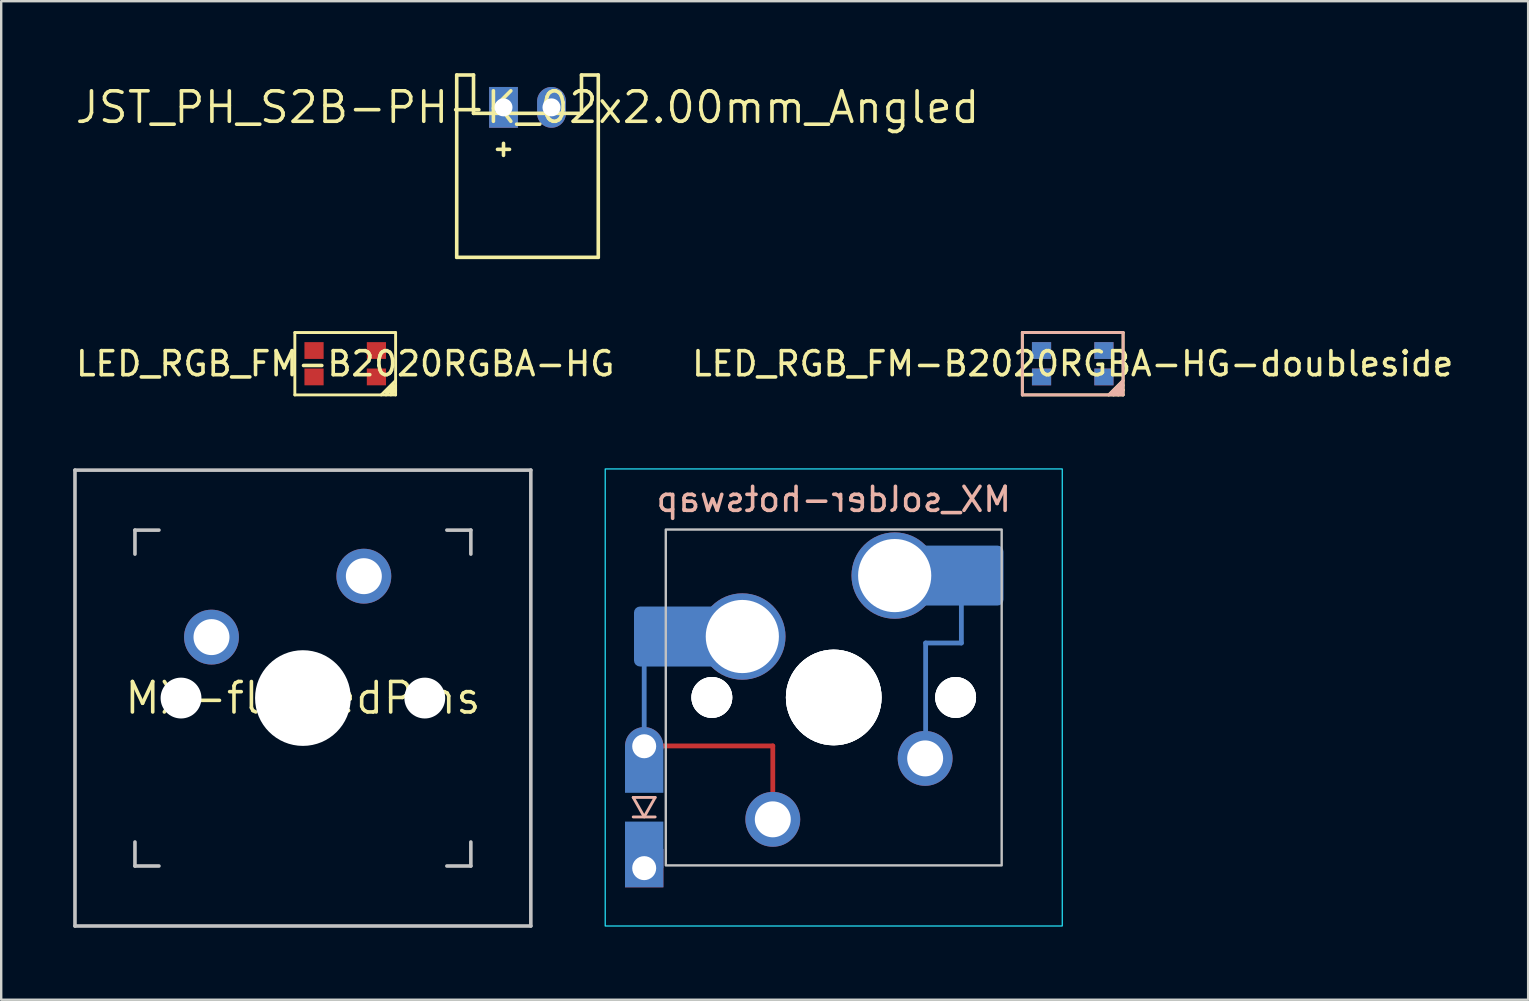
<source format=kicad_pcb>
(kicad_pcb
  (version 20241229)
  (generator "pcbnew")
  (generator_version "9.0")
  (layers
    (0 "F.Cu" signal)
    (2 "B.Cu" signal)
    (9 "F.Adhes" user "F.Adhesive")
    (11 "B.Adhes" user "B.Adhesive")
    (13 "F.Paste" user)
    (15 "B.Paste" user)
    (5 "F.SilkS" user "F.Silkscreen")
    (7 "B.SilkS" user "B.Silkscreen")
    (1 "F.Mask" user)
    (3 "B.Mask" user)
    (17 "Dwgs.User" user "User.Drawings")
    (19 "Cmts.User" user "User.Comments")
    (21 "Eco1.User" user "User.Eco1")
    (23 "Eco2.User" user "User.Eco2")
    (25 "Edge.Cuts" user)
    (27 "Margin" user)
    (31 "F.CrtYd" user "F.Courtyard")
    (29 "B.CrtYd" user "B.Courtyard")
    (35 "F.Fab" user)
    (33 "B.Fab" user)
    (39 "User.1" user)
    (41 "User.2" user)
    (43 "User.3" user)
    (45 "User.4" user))
  (footprint "JST_PH_S2B-PH-K_02x2.00mm_Angled"
    (layer "F.Cu")
    (at 18.936 1.425)
    (property "Reference" "JST_PH_S2B-PH-K_02x2.00mm_Angled" (at 0 0 0) (layer "F.SilkS") (effects (font (size 1.27 1.27) (thickness 0.15))))
    (attr through_hole)
    (fp_line (start -2.95 -1.35) (end -2.95 6.25) (stroke (width 0.15) (type solid)) (layer "F.SilkS"))
    (fp_line (start -2.95 6.25) (end 2.95 6.25) (stroke (width 0.15) (type solid)) (layer "F.SilkS"))
    (fp_line (start -2.25 -1.35) (end -2.95 -1.35) (stroke (width 0.15) (type solid)) (layer "F.SilkS"))
    (fp_line (start -2.25 0.25) (end -2.25 -1.35) (stroke (width 0.15) (type solid)) (layer "F.SilkS"))
    (fp_line (start -1.25 1.75) (end -0.75 1.75) (stroke (width 0.15) (type solid)) (layer "F.SilkS"))
    (fp_line (start -1 1.5) (end -1 2) (stroke (width 0.15) (type solid)) (layer "F.SilkS"))
    (fp_line (start 2.25 -1.35) (end 2.25 0.25) (stroke (width 0.15) (type solid)) (layer "F.SilkS"))
    (fp_line (start 2.25 0.25) (end -2.25 0.25) (stroke (width 0.15) (type solid)) (layer "F.SilkS"))
    (fp_line (start 2.95 -1.35) (end 2.25 -1.35) (stroke (width 0.15) (type solid)) (layer "F.SilkS"))
    (fp_line (start 2.95 6.25) (end 2.95 -1.35) (stroke (width 0.15) (type solid)) (layer "F.SilkS"))
    (pad "1" thru_hole rect (at -1 0) (size 1.2 1.7) (drill 0.75) (layers "*.Cu" "*.Mask"))
    (pad "2" thru_hole oval (at 1 0) (size 1.2 1.7) (drill 0.75) (layers "*.Cu" "*.Mask")))
  (footprint "LED_RGB_FM-B2020RGBA-HG-doubleside"
    (layer "F.Cu")
    (at 41.661 12.11)
    (property "Reference" "LED_RGB_FM-B2020RGBA-HG-doubleside" (at 0 0 180) (layer "F.SilkS") (effects (font (size 1 1) (thickness 0.15))))
    (attr smd)
    (fp_line (start -2.1 -1.3) (end -2.1 1.3) (stroke (width 0.12) (type solid)) (layer "F.SilkS"))
    (fp_line (start -2.1 1.3) (end 2.1 1.3) (stroke (width 0.12) (type solid)) (layer "F.SilkS"))
    (fp_line (start 1.5 1.3) (end 2.1 0.7) (stroke (width 0.12) (type solid)) (layer "F.SilkS"))
    (fp_line (start 1.7 1.3) (end 2.1 0.9) (stroke (width 0.12) (type solid)) (layer "F.SilkS"))
    (fp_line (start 1.9 1.2) (end 2 1.1) (stroke (width 0.12) (type solid)) (layer "F.SilkS"))
    (fp_line (start 1.9 1.3) (end 2.1 1.1) (stroke (width 0.12) (type solid)) (layer "F.SilkS"))
    (fp_line (start 2 0.9) (end 1.7 1.2) (stroke (width 0.12) (type solid)) (layer "F.SilkS"))
    (fp_line (start 2 1.1) (end 2 0.9) (stroke (width 0.12) (type solid)) (layer "F.SilkS"))
    (fp_line (start 2 1.1) (end 2 0.9) (stroke (width 0.12) (type solid)) (layer "F.SilkS"))
    (fp_line (start 2.1 -1.3) (end -2.1 -1.3) (stroke (width 0.12) (type solid)) (layer "F.SilkS"))
    (fp_line (start 2.1 1.1) (end 1.9 1.2) (stroke (width 0.12) (type solid)) (layer "F.SilkS"))
    (fp_line (start 2.1 1.1) (end 1.9 1.2) (stroke (width 0.12) (type solid)) (layer "F.SilkS"))
    (fp_line (start 2.1 1.3) (end 2.1 -1.3) (stroke (width 0.12) (type solid)) (layer "F.SilkS"))
    (fp_line (start -2.1 -1.3) (end -2.1 1.3) (stroke (width 0.12) (type solid)) (layer "B.SilkS"))
    (fp_line (start -2.1 1.3) (end 2.1 1.3) (stroke (width 0.12) (type solid)) (layer "B.SilkS"))
    (fp_line (start 1.5 1.3) (end 2.1 0.7) (stroke (width 0.12) (type solid)) (layer "B.SilkS"))
    (fp_line (start 1.7 1.3) (end 2.1 0.9) (stroke (width 0.12) (type solid)) (layer "B.SilkS"))
    (fp_line (start 1.9 1.2) (end 2 1.1) (stroke (width 0.12) (type solid)) (layer "B.SilkS"))
    (fp_line (start 1.9 1.3) (end 2.1 1.1) (stroke (width 0.12) (type solid)) (layer "B.SilkS"))
    (fp_line (start 2 0.9) (end 1.7 1.2) (stroke (width 0.12) (type solid)) (layer "B.SilkS"))
    (fp_line (start 2.1 -1.3) (end -2.1 -1.3) (stroke (width 0.12) (type solid)) (layer "B.SilkS"))
    (fp_line (start 2.1 1.3) (end 2.1 -1.3) (stroke (width 0.12) (type solid)) (layer "B.SilkS"))
    (pad "1" smd rect (at 1.3 0.55) (size 0.8 0.7) (layers "F.Cu" "F.Mask" "F.Paste"))
    (pad "1" smd rect (at 1.3 0.55) (size 0.8 0.7) (layers "B.Cu" "B.Mask" "B.Paste"))
    (pad "2" smd rect (at 1.3 -0.55) (size 0.8 0.7) (layers "F.Cu" "F.Mask" "F.Paste"))
    (pad "2" smd rect (at 1.3 -0.55) (size 0.8 0.7) (layers "B.Cu" "B.Mask" "B.Paste"))
    (pad "3" smd rect (at -1.3 0.55) (size 0.8 0.7) (layers "F.Cu" "F.Mask" "F.Paste"))
    (pad "3" smd rect (at -1.3 0.55) (size 0.8 0.7) (layers "B.Cu" "B.Mask" "B.Paste"))
    (pad "4" smd rect (at -1.3 -0.55) (size 0.8 0.7) (layers "F.Cu" "F.Mask" "F.Paste"))
    (pad "4" smd rect (at -1.3 -0.55) (size 0.8 0.7) (layers "B.Cu" "B.Mask" "B.Paste")))
  (footprint "LED_RGB_FM-B2020RGBA-HG"
    (layer "F.Cu")
    (at 11.339 12.11)
    (property "Reference" "LED_RGB_FM-B2020RGBA-HG" (at 0 0 180) (layer "F.SilkS") (effects (font (size 1 1) (thickness 0.15))))
    (attr smd)
    (fp_line (start -2.1 -1.3) (end -2.1 1.3) (stroke (width 0.12) (type solid)) (layer "F.SilkS"))
    (fp_line (start -2.1 1.3) (end 2.1 1.3) (stroke (width 0.12) (type solid)) (layer "F.SilkS"))
    (fp_line (start 1.5 1.3) (end 2.1 0.7) (stroke (width 0.12) (type solid)) (layer "F.SilkS"))
    (fp_line (start 1.7 1.3) (end 2.1 0.9) (stroke (width 0.12) (type solid)) (layer "F.SilkS"))
    (fp_line (start 1.9 1.2) (end 2 1.1) (stroke (width 0.12) (type solid)) (layer "F.SilkS"))
    (fp_line (start 1.9 1.3) (end 2.1 1.1) (stroke (width 0.12) (type solid)) (layer "F.SilkS"))
    (fp_line (start 2 0.9) (end 1.7 1.2) (stroke (width 0.12) (type solid)) (layer "F.SilkS"))
    (fp_line (start 2 1.1) (end 2 0.9) (stroke (width 0.12) (type solid)) (layer "F.SilkS"))
    (fp_line (start 2.1 -1.3) (end -2.1 -1.3) (stroke (width 0.12) (type solid)) (layer "F.SilkS"))
    (fp_line (start 2.1 1.1) (end 1.9 1.2) (stroke (width 0.12) (type solid)) (layer "F.SilkS"))
    (fp_line (start 2.1 1.3) (end 2.1 -1.3) (stroke (width 0.12) (type solid)) (layer "F.SilkS"))
    (pad "1" smd rect (at 1.3 0.55) (size 0.8 0.7) (layers "F.Cu" "F.Mask" "F.Paste"))
    (pad "2" smd rect (at 1.3 -0.55) (size 0.8 0.7) (layers "F.Cu" "F.Mask" "F.Paste"))
    (pad "3" smd rect (at -1.3 0.55) (size 0.8 0.7) (layers "F.Cu" "F.Mask" "F.Paste"))
    (pad "4" smd rect (at -1.3 -0.55) (size 0.8 0.7) (layers "F.Cu" "F.Mask" "F.Paste")))
  (footprint "MX-flippedPins"
    (layer "F.Cu")
    (at 9.575 26.045)
    (property "Reference" "MX-flippedPins" (at 0 0 0) (layer "F.SilkS") (effects (font (size 1.27 1.27) (thickness 0.15))))
    (attr through_hole)
    (fp_line (start -9.5 -9.5) (end 9.5 -9.5) (stroke (width 0.15) (type solid)) (layer "Dwgs.User"))
    (fp_line (start -9.5 9.5) (end -9.5 -9.5) (stroke (width 0.15) (type solid)) (layer "Dwgs.User"))
    (fp_line (start -7 -6) (end -7 -7) (stroke (width 0.15) (type solid)) (layer "Dwgs.User"))
    (fp_line (start -7 7) (end -7 6) (stroke (width 0.15) (type solid)) (layer "Dwgs.User"))
    (fp_line (start -7 7) (end -6 7) (stroke (width 0.15) (type solid)) (layer "Dwgs.User"))
    (fp_line (start -6 -7) (end -7 -7) (stroke (width 0.15) (type solid)) (layer "Dwgs.User"))
    (fp_line (start 6 7) (end 7 7) (stroke (width 0.15) (type solid)) (layer "Dwgs.User"))
    (fp_line (start 7 -7) (end 6 -7) (stroke (width 0.15) (type solid)) (layer "Dwgs.User"))
    (fp_line (start 7 -7) (end 7 -6) (stroke (width 0.15) (type solid)) (layer "Dwgs.User"))
    (fp_line (start 7 6) (end 7 7) (stroke (width 0.15) (type solid)) (layer "Dwgs.User"))
    (fp_line (start 9.5 -9.5) (end 9.5 9.5) (stroke (width 0.15) (type solid)) (layer "Dwgs.User"))
    (fp_line (start 9.5 9.5) (end -9.5 9.5) (stroke (width 0.15) (type solid)) (layer "Dwgs.User"))
    (pad "" np_thru_hole circle (at -5.08 0) (size 1.702 1.702) (drill 1.702) (layers "*.Cu" "*.Mask"))
    (pad "" np_thru_hole circle (at 0 0) (size 3.988 3.988) (drill 3.988) (layers "*.Cu" "*.Mask"))
    (pad "" np_thru_hole circle (at 5.08 0) (size 1.702 1.702) (drill 1.702) (layers "*.Cu" "*.Mask"))
    (pad "1" thru_hole circle (at -3.81 -2.54) (size 2.286 2.286) (drill 1.499) (layers "*.Cu" "*.Mask"))
    (pad "2" thru_hole circle (at 2.54 -5.08) (size 2.286 2.286) (drill 1.499) (layers "*.Cu" "*.Mask")))
  (footprint "MX_solder-hotswap"
    (layer "F.Cu")
    (at 31.7 26.02)
    (property "Reference" "MX_solder-hotswap" (at 0 -8.255 0) (layer "B.SilkS") (effects (font (size 1 1) (thickness 0.15)) (justify mirror)))
    (attr smd)
    (fp_line (start -2.54 2.02) (end -7.9 2.02) (stroke (width 0.2) (type default)) (layer "F.Cu"))
    (fp_line (start -2.54 5.08) (end -2.54 2.02) (stroke (width 0.2) (type default)) (layer "F.Cu"))
    (fp_line (start -7.9 2.034) (end -7.9 -2.49) (stroke (width 0.2) (type default)) (layer "B.Cu"))
    (fp_line (start 3.83 -2.27) (end 5.32 -2.27) (stroke (width 0.2) (type default)) (layer "B.Cu"))
    (fp_line (start 3.83 2) (end 3.83 -2.27) (stroke (width 0.2) (type default)) (layer "B.Cu"))
    (fp_line (start 5.32 -2.27) (end 5.32 -4.9) (stroke (width 0.2) (type default)) (layer "B.Cu"))
    (fp_line (start -8.357 4.167) (end -7.443 4.167) (stroke (width 0.12) (type solid)) (layer "B.SilkS"))
    (fp_line (start -8.357 4.98) (end -7.443 4.98) (stroke (width 0.12) (type solid)) (layer "B.SilkS"))
    (fp_line (start -7.9 4.974) (end -8.357 4.167) (stroke (width 0.12) (type solid)) (layer "B.SilkS"))
    (fp_line (start -7.443 4.167) (end -7.9 4.974) (stroke (width 0.12) (type solid)) (layer "B.SilkS"))
    (fp_rect (start -7 7) (end 7 -7) (stroke (width 0.1) (type default)) (fill no) (layer "Dwgs.User"))
    (fp_rect (start -9.525 9.525) (end 9.525 -9.525) (stroke (width 0.05) (type solid)) (fill no) (layer "B.CrtYd"))
    (pad "" thru_hole circle (at -7.9 2.034 270) (size 1.6 1.6) (drill 1) (layers "*.Cu" "*.Mask"))
    (pad "" smd rect (at -7.9 3.004 270) (size 1.94 1.6) (layers "B.Cu" "B.Mask" "B.Paste"))
    (pad "" smd rect (at -7.9 6.144 270) (size 1.94 1.6) (layers "B.Cu" "B.Mask" "B.Paste"))
    (pad "" smd roundrect (at -6.55 -2.54) (size 3.55 2.5) (layers "B.Cu" "B.Mask" "B.Paste") (roundrect_rratio 0.1))
    (pad "" np_thru_hole circle (at -5.08 0 180) (size 1.702 1.702) (drill 1.702) (layers "*.Cu" "*.Mask"))
    (pad "" np_thru_hole circle (at -5.08 0) (size 1.702 1.702) (drill 1.702) (layers "*.Cu" "*.Mask"))
    (pad "" np_thru_hole circle (at -5.08 0) (size 1.702 1.702) (drill 1.702) (layers "*.Cu" "*.Mask"))
    (pad "" thru_hole circle (at -3.81 -2.54) (size 3.6 3.6) (drill 3.05) (layers "*.Cu" "*.Mask"))
    (pad "" thru_hole circle (at -2.54 5.08 180) (size 2.286 2.286) (drill 1.499) (layers "*.Cu" "*.Mask"))
    (pad "" np_thru_hole circle (at 0 0 180) (size 3.988 3.988) (drill 3.988) (layers "*.Cu" "*.Mask"))
    (pad "" np_thru_hole circle (at 0 0) (size 3.988 3.988) (drill 3.988) (layers "*.Cu" "*.Mask"))
    (pad "" np_thru_hole circle (at 0 0) (size 3.988 3.988) (drill 3.988) (layers "*.Cu" "*.Mask"))
    (pad "" thru_hole circle (at 2.54 -5.08) (size 3.6 3.6) (drill 3.05) (layers "*.Cu" "*.Mask"))
    (pad "" thru_hole circle (at 3.81 2.54 180) (size 2.286 2.286) (drill 1.499) (layers "*.Cu" "*.Mask"))
    (pad "" np_thru_hole circle (at 5.08 0) (size 1.702 1.702) (drill 1.702) (layers "*.Cu" "*.Mask"))
    (pad "" np_thru_hole circle (at 5.08 0 180) (size 1.702 1.702) (drill 1.702) (layers "*.Cu" "*.Mask"))
    (pad "" np_thru_hole circle (at 5.08 0) (size 1.702 1.702) (drill 1.702) (layers "*.Cu" "*.Mask"))
    (pad "1" thru_hole rect (at -7.9 7.114 270) (size 1.6 1.6) (drill 1) (layers "*.Cu" "*.Mask"))
    (pad "2" smd roundrect (at 5.3 -5.08) (size 3.55 2.5) (layers "B.Cu" "B.Mask" "B.Paste") (roundrect_rratio 0.1)))
  (gr_rect
    (start -3 -3)
    (end 60.643 38.62)
    (stroke (width 0.1) (type default))
    (fill no)
    (layer "Edge.Cuts")))
</source>
